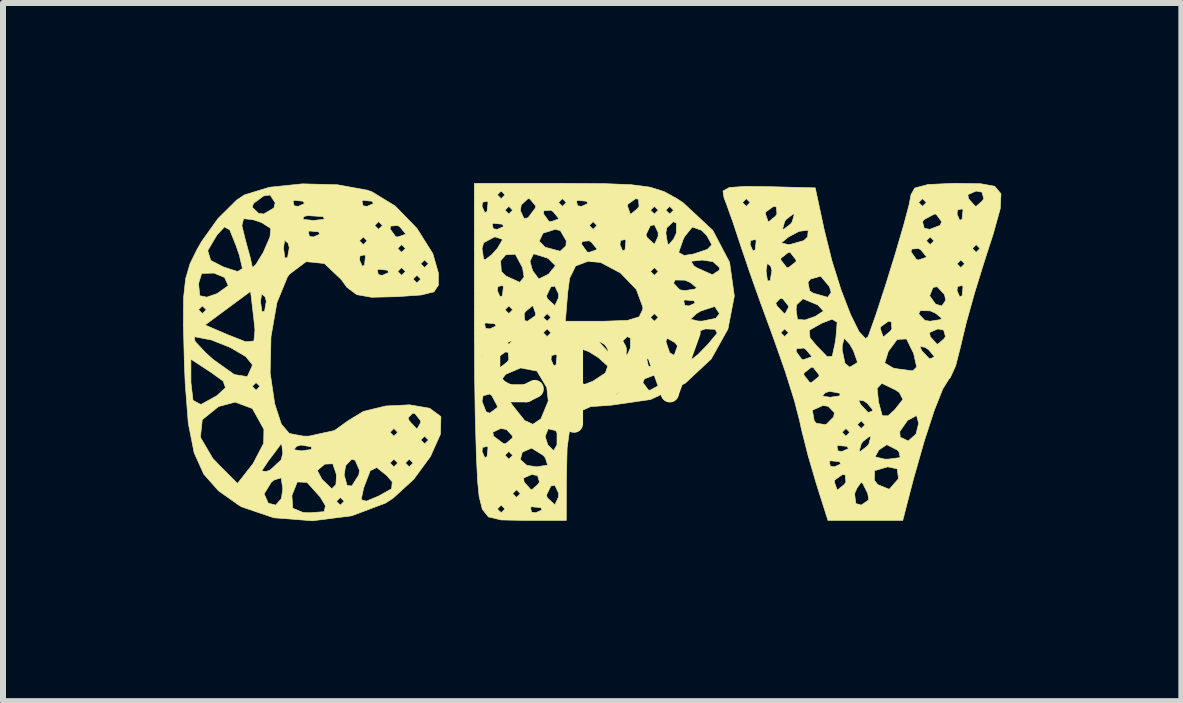
<source format=kicad_pcb>
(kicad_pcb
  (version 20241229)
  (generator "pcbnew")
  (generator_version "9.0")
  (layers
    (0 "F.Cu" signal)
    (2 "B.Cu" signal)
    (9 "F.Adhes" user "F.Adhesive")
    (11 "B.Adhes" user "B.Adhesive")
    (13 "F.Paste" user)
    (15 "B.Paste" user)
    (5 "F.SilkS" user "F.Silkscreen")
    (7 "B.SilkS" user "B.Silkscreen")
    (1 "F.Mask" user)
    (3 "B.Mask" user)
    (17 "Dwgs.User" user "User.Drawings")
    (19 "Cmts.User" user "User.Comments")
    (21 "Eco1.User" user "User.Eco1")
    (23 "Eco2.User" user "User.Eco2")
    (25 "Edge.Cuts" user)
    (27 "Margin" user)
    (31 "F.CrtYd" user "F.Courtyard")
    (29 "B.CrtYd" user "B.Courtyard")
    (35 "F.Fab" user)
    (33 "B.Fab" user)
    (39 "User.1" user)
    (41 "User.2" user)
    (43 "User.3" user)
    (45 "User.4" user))
  (footprint "cpv"
    (layer "F.Cu")
    (at 6.768 2.813)
    (property "Reference" "cpv" (at 0 0 0) (layer "F.SilkS") (effects (font (size 1.524 1.524) (thickness 0.3))))
    (attr through_hole)
    (fp_poly (pts (xy -4.198 -2.785) (xy -3.701 -2.695) (xy -3.625 -2.67) (xy -3.234 -2.431) (xy -2.871 -2.058) (xy -2.607 -1.638) (xy -2.514 -1.315) (xy -2.514 -1.111) (xy -2.589 -1) (xy -2.801 -0.948) (xy -3.204 -0.92) (xy -3.626 -0.91) (xy -3.876 -0.954) (xy -4.039 -1.077) (xy -4.133 -1.207) (xy -4.139 -1.213) (xy -2.936 -1.213) (xy -2.872 -1.149) (xy -2.808 -1.213) (xy -2.872 -1.276) (xy -2.936 -1.213) (xy -4.139 -1.213) (xy -4.296 -1.361) (xy -3.531 -1.361) (xy -3.514 -1.286) (xy -3.446 -1.276) (xy -3.341 -1.323) (xy -3.35 -1.34) (xy -3.191 -1.34) (xy -3.127 -1.276) (xy -3.063 -1.34) (xy -3.127 -1.404) (xy -3.191 -1.34) (xy -3.35 -1.34) (xy -3.361 -1.361) (xy -3.513 -1.377) (xy -3.531 -1.361) (xy -4.296 -1.361) (xy -4.413 -1.473) (xy -4.718 -1.503) (xy -4.996 -1.294) (xy -5.031 -1.244) (xy -5.204 -0.82) (xy -5.303 -0.254) (xy -5.317 0.35) (xy -5.241 0.865) (xy -5.131 1.203) (xy -4.998 1.359) (xy -4.769 1.403) (xy -4.674 1.404) (xy -4.381 1.34) (xy -3.319 1.34) (xy -3.255 1.404) (xy -3.191 1.34) (xy -3.255 1.276) (xy -3.319 1.34) (xy -4.381 1.34) (xy -4.246 1.311) (xy -4.021 1.149) (xy -3.94 1.099) (xy -3.019 1.099) (xy -2.999 1.149) (xy -2.885 1.271) (xy -2.864 1.276) (xy -2.81 1.178) (xy -2.808 1.149) (xy -2.906 1.026) (xy -2.943 1.021) (xy -3.019 1.099) (xy -3.94 1.099) (xy -3.762 0.991) (xy -3.391 0.901) (xy -2.994 0.882) (xy -2.66 0.939) (xy -2.475 1.075) (xy -2.472 1.084) (xy -2.48 1.373) (xy -2.646 1.743) (xy -2.924 2.122) (xy -3.268 2.437) (xy -3.394 2.519) (xy -3.957 2.731) (xy -4.611 2.814) (xy -5.256 2.764) (xy -5.792 2.582) (xy -5.833 2.558) (xy -6.106 2.365) (xy -5.417 2.365) (xy -5.349 2.52) (xy -5.226 2.553) (xy -5.13 2.445) (xy -5.122 2.393) (xy -4.955 2.393) (xy -4.94 2.605) (xy -4.765 2.677) (xy -4.652 2.68) (xy -4.417 2.662) (xy -4.396 2.563) (xy -4.44 2.489) (xy -4.212 2.489) (xy -4.148 2.553) (xy -4.084 2.489) (xy -4.111 2.462) (xy -3.801 2.462) (xy -3.715 2.487) (xy -3.514 2.404) (xy -3.293 2.28) (xy -3.283 2.165) (xy -3.375 2.059) (xy -3.542 1.926) (xy -3.65 1.981) (xy -3.754 2.253) (xy -3.759 2.267) (xy -3.801 2.462) (xy -4.111 2.462) (xy -4.148 2.425) (xy -4.212 2.489) (xy -4.44 2.489) (xy -4.484 2.417) (xy -4.702 2.174) (xy -4.865 2.167) (xy -4.955 2.393) (xy -5.122 2.393) (xy -5.106 2.282) (xy -5.134 2.098) (xy -5.253 2.135) (xy -5.296 2.169) (xy -5.417 2.365) (xy -6.106 2.365) (xy -6.179 2.313) (xy -6.423 2.037) (xy -6.584 1.679) (xy -6.634 1.424) (xy -6.479 1.424) (xy -6.272 1.775) (xy -6.185 1.867) (xy -5.861 2.192) (xy -5.697 1.983) (xy -5.458 1.983) (xy -5.386 1.993) (xy -5.335 1.975) (xy -4.531 1.975) (xy -4.455 2.121) (xy -4.29 2.281) (xy -4.221 2.211) (xy -4.212 2.05) (xy -4.084 2.05) (xy -4.035 2.226) (xy -3.957 2.234) (xy -3.839 2.049) (xy -3.829 1.971) (xy -3.881 1.851) (xy -3.319 1.851) (xy -3.255 1.915) (xy -3.191 1.851) (xy -3.063 1.851) (xy -2.999 1.915) (xy -2.936 1.851) (xy -2.999 1.787) (xy -3.063 1.851) (xy -3.191 1.851) (xy -3.255 1.787) (xy -3.319 1.851) (xy -3.881 1.851) (xy -3.901 1.806) (xy -3.957 1.787) (xy -4.059 1.894) (xy -4.084 2.05) (xy -4.212 2.05) (xy -4.212 2.046) (xy -4.273 1.864) (xy -4.407 1.87) (xy -4.531 1.975) (xy -5.335 1.975) (xy -5.315 1.968) (xy -5.134 1.799) (xy -5.106 1.688) (xy -5.113 1.629) (xy -4.923 1.629) (xy -4.797 1.649) (xy -4.632 1.626) (xy -4.63 1.582) (xy -4.8 1.552) (xy -4.874 1.572) (xy -4.923 1.629) (xy -5.113 1.629) (xy -5.124 1.543) (xy -5.142 1.542) (xy -5.24 1.675) (xy -5.351 1.822) (xy -5.458 1.983) (xy -5.697 1.983) (xy -5.602 1.862) (xy -5.426 1.525) (xy -5.424 1.468) (xy -2.808 1.468) (xy -2.744 1.532) (xy -2.68 1.468) (xy -2.744 1.404) (xy -2.808 1.468) (xy -5.424 1.468) (xy -5.421 1.289) (xy -5.613 0.944) (xy -5.9 0.837) (xy -6.176 0.91) (xy -6.448 1.13) (xy -6.479 1.424) (xy -6.634 1.424) (xy -6.681 1.189) (xy -6.733 0.515) (xy -6.733 0.508) (xy -6.637 0.508) (xy -6.602 0.807) (xy -6.472 0.877) (xy -6.212 0.734) (xy -6.201 0.726) (xy -6.061 0.597) (xy -6.069 0.574) (xy -5.616 0.574) (xy -5.552 0.638) (xy -5.488 0.574) (xy -5.552 0.511) (xy -5.616 0.574) (xy -6.069 0.574) (xy -6.1 0.487) (xy -6.304 0.34) (xy -6.637 0.122) (xy -6.637 0.508) (xy -6.733 0.508) (xy -6.747 0.168) (xy -6.757 -0.25) (xy -6.582 -0.25) (xy -6.568 -0.175) (xy -6.397 0.009) (xy -6.265 0.128) (xy -5.915 0.377) (xy -5.698 0.413) (xy -5.617 0.235) (xy -5.616 0.21) (xy -5.723 0.078) (xy -5.981 -0.073) (xy -6.294 -0.198) (xy -6.564 -0.25) (xy -6.582 -0.25) (xy -6.757 -0.25) (xy -6.763 -0.448) (xy -6.402 -0.448) (xy -6.041 -0.293) (xy -5.726 -0.169) (xy -5.588 -0.181) (xy -5.57 -0.364) (xy -5.591 -0.568) (xy -5.623 -0.84) (xy -5.478 -0.84) (xy -5.455 -0.675) (xy -5.411 -0.673) (xy -5.381 -0.844) (xy -5.401 -0.917) (xy -5.458 -0.966) (xy -5.478 -0.84) (xy -5.623 -0.84) (xy -5.643 -1.009) (xy -6.402 -0.448) (xy -6.763 -0.448) (xy -6.763 -0.466) (xy -6.761 -0.702) (xy -6.51 -0.702) (xy -6.446 -0.638) (xy -6.382 -0.702) (xy -6.446 -0.766) (xy -6.51 -0.702) (xy -6.761 -0.702) (xy -6.759 -0.909) (xy -6.734 -1.137) (xy -6.51 -1.137) (xy -6.489 -0.936) (xy -6.371 -0.912) (xy -6.201 -0.971) (xy -6.015 -1.104) (xy -6.076 -1.24) (xy -6.254 -1.313) (xy -6.458 -1.307) (xy -6.51 -1.137) (xy -6.734 -1.137) (xy -6.724 -1.223) (xy -6.651 -1.471) (xy -6.544 -1.688) (xy -6.357 -1.688) (xy -6.307 -1.524) (xy -6.095 -1.415) (xy -5.859 -1.339) (xy -5.779 -1.388) (xy -5.829 -1.608) (xy -5.885 -1.771) (xy -5.99 -2.033) (xy -6.078 -2.082) (xy -6.201 -1.951) (xy -6.357 -1.688) (xy -6.544 -1.688) (xy -6.529 -1.718) (xy -6.454 -1.847) (xy -6.269 -2.105) (xy -5.788 -2.105) (xy -5.73 -1.868) (xy -5.65 -1.575) (xy -5.612 -1.408) (xy -5.612 -1.405) (xy -5.556 -1.453) (xy -5.508 -1.532) (xy -3.829 -1.532) (xy -3.782 -1.427) (xy -3.744 -1.447) (xy -3.742 -1.468) (xy -2.808 -1.468) (xy -2.744 -1.404) (xy -2.68 -1.468) (xy -2.744 -1.532) (xy -2.808 -1.468) (xy -3.742 -1.468) (xy -3.729 -1.598) (xy -3.744 -1.617) (xy -3.82 -1.599) (xy -3.829 -1.532) (xy -5.508 -1.532) (xy -5.431 -1.658) (xy -5.398 -1.734) (xy -5.095 -1.734) (xy -5.072 -1.568) (xy -5.028 -1.566) (xy -5 -1.723) (xy -3.191 -1.723) (xy -3.127 -1.659) (xy -3.063 -1.723) (xy -3.127 -1.787) (xy -3.191 -1.723) (xy -5 -1.723) (xy -4.998 -1.737) (xy -5.018 -1.811) (xy -5.065 -1.851) (xy -3.829 -1.851) (xy -3.765 -1.787) (xy -3.702 -1.851) (xy -3.765 -1.915) (xy -3.829 -1.851) (xy -5.065 -1.851) (xy -5.075 -1.859) (xy -5.095 -1.734) (xy -5.398 -1.734) (xy -5.32 -1.914) (xy -5.312 -2) (xy -4.68 -2) (xy -4.663 -1.924) (xy -4.595 -1.915) (xy -4.49 -1.961) (xy -4.51 -2) (xy -4.661 -2.015) (xy -4.68 -2) (xy -5.312 -2) (xy -5.306 -2.057) (xy -5.383 -2.106) (xy -3.574 -2.106) (xy -3.51 -2.042) (xy -3.503 -2.05) (xy -3.319 -2.05) (xy -3.226 -1.92) (xy -3.191 -1.915) (xy -3.067 -1.958) (xy -3.063 -1.971) (xy -3.153 -2.08) (xy -3.191 -2.106) (xy -3.309 -2.096) (xy -3.319 -2.05) (xy -3.503 -2.05) (xy -3.446 -2.106) (xy -3.51 -2.17) (xy -3.574 -2.106) (xy -5.383 -2.106) (xy -5.458 -2.154) (xy -5.601 -2.203) (xy -5.651 -2.208) (xy -4.771 -2.208) (xy -4.595 -2.19) (xy -4.414 -2.21) (xy -4.435 -2.254) (xy -4.697 -2.271) (xy -4.755 -2.254) (xy -4.771 -2.208) (xy -5.651 -2.208) (xy -5.759 -2.219) (xy -5.788 -2.105) (xy -6.269 -2.105) (xy -6.184 -2.224) (xy -5.995 -2.411) (xy -5.616 -2.411) (xy -5.512 -2.31) (xy -5.425 -2.297) (xy -5.255 -2.398) (xy -5.233 -2.485) (xy -5.25 -2.51) (xy -4.935 -2.51) (xy -4.918 -2.434) (xy -4.85 -2.425) (xy -4.745 -2.472) (xy -4.765 -2.51) (xy -3.787 -2.51) (xy -3.769 -2.434) (xy -3.702 -2.425) (xy -3.596 -2.472) (xy -3.616 -2.51) (xy -3.768 -2.525) (xy -3.787 -2.51) (xy -4.765 -2.51) (xy -4.917 -2.525) (xy -4.935 -2.51) (xy -5.25 -2.51) (xy -5.318 -2.614) (xy -5.425 -2.599) (xy -5.594 -2.474) (xy -5.616 -2.411) (xy -5.995 -2.411) (xy -5.88 -2.526) (xy -5.745 -2.616) (xy -5.33 -2.743) (xy -4.778 -2.8) (xy -4.198 -2.785)) (stroke (width 0.01) (type solid)) (fill yes) (layer "F.SilkS"))
    (fp_poly (pts (xy 6.515 -2.803) (xy 6.754 -2.76) (xy 6.86 -2.634) (xy 6.847 -2.384) (xy 6.731 -1.966) (xy 6.585 -1.516) (xy 6.421 -0.986) (xy 6.28 -0.482) (xy 6.191 -0.109) (xy 6.188 -0.094) (xy 6.105 0.232) (xy 6.013 0.432) (xy 5.994 0.45) (xy 5.892 0.613) (xy 5.748 0.975) (xy 5.581 1.488) (xy 5.406 2.102) (xy 5.363 2.266) (xy 5.223 2.808) (xy 3.977 2.808) (xy 3.835 2.361) (xy 4.421 2.361) (xy 4.44 2.526) (xy 4.531 2.553) (xy 4.656 2.467) (xy 4.641 2.361) (xy 4.558 2.194) (xy 4.531 2.17) (xy 4.461 2.269) (xy 4.421 2.361) (xy 3.835 2.361) (xy 3.785 2.202) (xy 3.775 2.17) (xy 4.084 2.17) (xy 4.128 2.294) (xy 4.141 2.297) (xy 4.25 2.208) (xy 4.276 2.17) (xy 4.273 2.14) (xy 4.75 2.14) (xy 4.808 2.212) (xy 4.998 2.289) (xy 5.147 2.119) (xy 5.152 2.106) (xy 5.131 1.949) (xy 4.974 1.915) (xy 4.754 1.979) (xy 4.75 2.14) (xy 4.273 2.14) (xy 4.266 2.052) (xy 4.22 2.042) (xy 4.09 2.135) (xy 4.084 2.17) (xy 3.775 2.17) (xy 3.676 1.829) (xy 3.999 1.829) (xy 4.017 1.905) (xy 4.084 1.915) (xy 4.189 1.868) (xy 4.17 1.829) (xy 4.018 1.814) (xy 3.999 1.829) (xy 3.676 1.829) (xy 3.652 1.748) (xy 4.762 1.748) (xy 4.916 1.786) (xy 4.978 1.787) (xy 5.181 1.761) (xy 5.16 1.665) (xy 5.131 1.634) (xy 4.957 1.546) (xy 4.825 1.634) (xy 4.762 1.748) (xy 3.652 1.748) (xy 3.648 1.735) (xy 3.607 1.574) (xy 4.127 1.574) (xy 4.144 1.65) (xy 4.212 1.659) (xy 4.231 1.651) (xy 4.499 1.651) (xy 4.516 1.659) (xy 4.633 1.569) (xy 4.659 1.532) (xy 4.691 1.412) (xy 4.674 1.404) (xy 4.557 1.494) (xy 4.531 1.532) (xy 4.499 1.651) (xy 4.231 1.651) (xy 4.317 1.613) (xy 4.297 1.574) (xy 4.146 1.559) (xy 4.127 1.574) (xy 3.607 1.574) (xy 3.548 1.34) (xy 4.212 1.34) (xy 4.276 1.404) (xy 4.34 1.34) (xy 4.328 1.328) (xy 5.173 1.328) (xy 5.18 1.421) (xy 5.314 1.484) (xy 5.444 1.369) (xy 5.488 1.189) (xy 5.454 1.06) (xy 5.312 1.137) (xy 5.298 1.148) (xy 5.173 1.328) (xy 4.328 1.328) (xy 4.276 1.276) (xy 4.212 1.34) (xy 3.548 1.34) (xy 3.534 1.283) (xy 3.505 1.149) (xy 3.459 0.972) (xy 3.717 0.972) (xy 3.748 1.148) (xy 3.783 1.188) (xy 3.942 1.214) (xy 3.943 1.213) (xy 4.467 1.213) (xy 4.531 1.276) (xy 4.595 1.213) (xy 4.531 1.149) (xy 4.467 1.213) (xy 3.943 1.213) (xy 4.071 1.084) (xy 4.084 1.014) (xy 3.981 0.907) (xy 3.893 0.893) (xy 3.717 0.972) (xy 3.459 0.972) (xy 3.418 0.81) (xy 3.415 0.802) (xy 4.488 0.802) (xy 4.519 0.874) (xy 4.647 1.011) (xy 4.721 0.983) (xy 4.723 0.965) (xy 4.632 0.857) (xy 4.575 0.817) (xy 4.488 0.802) (xy 3.415 0.802) (xy 3.394 0.735) (xy 3.885 0.735) (xy 4.01 0.756) (xy 4.176 0.732) (xy 4.177 0.689) (xy 4.007 0.658) (xy 3.933 0.679) (xy 3.885 0.735) (xy 3.394 0.735) (xy 3.354 0.608) (xy 4.796 0.608) (xy 4.821 0.84) (xy 4.882 1.064) (xy 4.979 1.065) (xy 5.09 0.963) (xy 5.226 0.791) (xy 5.166 0.677) (xy 5.106 0.636) (xy 4.875 0.524) (xy 4.796 0.608) (xy 3.354 0.608) (xy 3.283 0.383) (xy 3.574 0.383) (xy 3.671 0.507) (xy 3.702 0.511) (xy 3.825 0.413) (xy 3.829 0.383) (xy 3.732 0.259) (xy 3.702 0.255) (xy 3.578 0.352) (xy 3.574 0.383) (xy 3.283 0.383) (xy 3.267 0.331) (xy 3.148 -0.008) (xy 3.446 -0.008) (xy 3.539 0.122) (xy 3.574 0.128) (xy 3.698 0.084) (xy 3.702 0.071) (xy 3.612 -0.038) (xy 3.574 -0.064) (xy 3.456 -0.054) (xy 3.446 -0.008) (xy 3.148 -0.008) (xy 3.083 -0.192) (xy 3.06 -0.255) (xy 3.037 -0.319) (xy 3.191 -0.319) (xy 3.255 -0.255) (xy 3.319 -0.319) (xy 3.278 -0.36) (xy 3.665 -0.36) (xy 3.678 -0.234) (xy 3.784 -0.107) (xy 3.965 0.081) (xy 4.048 0.074) (xy 4.071 -0.032) (xy 4.214 -0.032) (xy 4.261 0.192) (xy 4.34 0.255) (xy 4.457 0.185) (xy 4.923 0.185) (xy 5.066 0.27) (xy 5.138 0.283) (xy 5.389 0.316) (xy 5.455 0.252) (xy 5.405 0.027) (xy 5.405 0.026) (xy 5.347 -0.091) (xy 5.509 -0.091) (xy 5.54 -0.02) (xy 5.669 0.117) (xy 5.742 0.089) (xy 5.744 0.071) (xy 5.653 -0.037) (xy 5.596 -0.076) (xy 5.509 -0.091) (xy 5.347 -0.091) (xy 5.286 -0.216) (xy 5.13 -0.208) (xy 4.983 -0.009) (xy 4.923 0.185) (xy 4.457 0.185) (xy 4.462 0.182) (xy 4.465 0.16) (xy 4.402 -0.019) (xy 4.34 -0.128) (xy 4.247 -0.228) (xy 4.215 -0.101) (xy 4.214 -0.032) (xy 4.071 -0.032) (xy 4.097 -0.153) (xy 4.11 -0.242) (xy 4.13 -0.493) (xy 4.047 -0.545) (xy 3.868 -0.476) (xy 3.665 -0.36) (xy 3.278 -0.36) (xy 3.255 -0.383) (xy 3.191 -0.319) (xy 3.037 -0.319) (xy 2.859 -0.804) (xy 2.855 -0.815) (xy 3.107 -0.815) (xy 3.127 -0.766) (xy 3.242 -0.644) (xy 3.262 -0.638) (xy 3.298 -0.702) (xy 3.446 -0.702) (xy 3.469 -0.542) (xy 3.592 -0.531) (xy 3.766 -0.592) (xy 3.902 -0.681) (xy 3.808 -0.782) (xy 3.56 -0.885) (xy 3.453 -0.783) (xy 3.446 -0.702) (xy 3.298 -0.702) (xy 3.317 -0.737) (xy 3.319 -0.766) (xy 3.22 -0.889) (xy 3.183 -0.893) (xy 3.107 -0.815) (xy 2.855 -0.815) (xy 2.732 -1.16) (xy 3.644 -1.16) (xy 3.671 -1.017) (xy 3.733 -0.978) (xy 3.973 -0.91) (xy 4.03 -0.991) (xy 4.003 -1.085) (xy 3.856 -1.262) (xy 3.685 -1.213) (xy 3.644 -1.16) (xy 2.732 -1.16) (xy 2.667 -1.345) (xy 2.665 -1.351) (xy 2.946 -1.351) (xy 2.969 -1.185) (xy 3.013 -1.183) (xy 3.043 -1.354) (xy 3.023 -1.428) (xy 2.966 -1.476) (xy 2.946 -1.351) (xy 2.665 -1.351) (xy 2.604 -1.532) (xy 3.191 -1.532) (xy 3.288 -1.408) (xy 3.319 -1.404) (xy 3.443 -1.501) (xy 3.446 -1.532) (xy 3.349 -1.656) (xy 3.319 -1.659) (xy 3.195 -1.562) (xy 3.191 -1.532) (xy 2.604 -1.532) (xy 2.524 -1.766) (xy 2.518 -1.787) (xy 2.68 -1.787) (xy 2.727 -1.682) (xy 2.765 -1.702) (xy 2.777 -1.815) (xy 3.199 -1.815) (xy 3.314 -1.789) (xy 3.343 -1.789) (xy 3.574 -1.854) (xy 3.638 -1.915) (xy 3.648 -2.027) (xy 3.496 -2.009) (xy 3.319 -1.915) (xy 3.199 -1.815) (xy 2.777 -1.815) (xy 2.781 -1.853) (xy 2.765 -1.872) (xy 2.69 -1.855) (xy 2.68 -1.787) (xy 2.518 -1.787) (xy 2.43 -2.051) (xy 3.222 -2.051) (xy 3.24 -2.042) (xy 3.356 -2.132) (xy 3.382 -2.17) (xy 3.415 -2.289) (xy 3.397 -2.297) (xy 3.281 -2.208) (xy 3.255 -2.17) (xy 3.222 -2.051) (xy 2.43 -2.051) (xy 2.388 -2.178) (xy 2.345 -2.297) (xy 2.936 -2.297) (xy 2.979 -2.173) (xy 2.992 -2.17) (xy 3.101 -2.259) (xy 3.127 -2.297) (xy 3.117 -2.415) (xy 3.071 -2.425) (xy 2.941 -2.332) (xy 2.936 -2.297) (xy 2.345 -2.297) (xy 2.276 -2.489) (xy 2.276 -2.489) (xy 2.553 -2.489) (xy 2.617 -2.425) (xy 2.68 -2.489) (xy 2.617 -2.553) (xy 2.553 -2.489) (xy 2.276 -2.489) (xy 2.245 -2.568) (xy 2.228 -2.68) (xy 2.332 -2.739) (xy 2.605 -2.758) (xy 2.96 -2.754) (xy 3.765 -2.733) (xy 3.914 -2.037) (xy 4.042 -1.521) (xy 4.195 -1.034) (xy 4.353 -0.624) (xy 4.495 -0.337) (xy 4.604 -0.221) (xy 4.646 -0.255) (xy 4.692 -0.383) (xy 4.85 -0.383) (xy 4.894 -0.259) (xy 4.907 -0.255) (xy 4.989 -0.323) (xy 5.67 -0.323) (xy 5.68 -0.255) (xy 5.789 -0.134) (xy 5.808 -0.128) (xy 5.909 -0.217) (xy 5.935 -0.255) (xy 5.905 -0.363) (xy 5.808 -0.383) (xy 5.67 -0.323) (xy 4.989 -0.323) (xy 5.016 -0.345) (xy 5.042 -0.383) (xy 5.032 -0.501) (xy 4.985 -0.511) (xy 4.855 -0.418) (xy 4.85 -0.383) (xy 4.692 -0.383) (xy 4.781 -0.634) (xy 5.488 -0.634) (xy 5.592 -0.524) (xy 5.68 -0.511) (xy 5.85 -0.538) (xy 5.871 -0.561) (xy 5.772 -0.643) (xy 5.68 -0.684) (xy 5.516 -0.687) (xy 5.488 -0.634) (xy 4.781 -0.634) (xy 4.783 -0.642) (xy 4.879 -0.935) (xy 5.671 -0.935) (xy 5.771 -0.795) (xy 5.875 -0.766) (xy 5.939 -0.86) (xy 5.918 -0.957) (xy 5.857 -1.021) (xy 6.127 -1.021) (xy 6.173 -0.916) (xy 6.212 -0.936) (xy 6.227 -1.087) (xy 6.212 -1.106) (xy 6.136 -1.089) (xy 6.127 -1.021) (xy 5.857 -1.021) (xy 5.797 -1.086) (xy 5.728 -1.075) (xy 5.671 -0.935) (xy 4.879 -0.935) (xy 4.94 -1.122) (xy 5.047 -1.468) (xy 6.127 -1.468) (xy 6.19 -1.404) (xy 6.254 -1.468) (xy 6.19 -1.532) (xy 6.127 -1.468) (xy 5.047 -1.468) (xy 5.097 -1.629) (xy 5.108 -1.667) (xy 5.361 -1.667) (xy 5.453 -1.537) (xy 5.488 -1.532) (xy 5.613 -1.575) (xy 5.616 -1.588) (xy 5.527 -1.697) (xy 5.488 -1.723) (xy 6.382 -1.723) (xy 6.446 -1.659) (xy 6.51 -1.723) (xy 6.446 -1.787) (xy 6.382 -1.723) (xy 5.488 -1.723) (xy 5.371 -1.713) (xy 5.361 -1.667) (xy 5.108 -1.667) (xy 5.162 -1.851) (xy 5.616 -1.851) (xy 5.68 -1.787) (xy 5.744 -1.851) (xy 5.68 -1.915) (xy 5.616 -1.851) (xy 5.162 -1.851) (xy 5.233 -2.094) (xy 5.254 -2.17) (xy 5.552 -2.17) (xy 5.581 -2.061) (xy 5.672 -2.042) (xy 5.847 -2.109) (xy 5.871 -2.17) (xy 5.78 -2.294) (xy 5.751 -2.297) (xy 6.127 -2.297) (xy 6.173 -2.192) (xy 6.212 -2.212) (xy 6.227 -2.364) (xy 6.212 -2.383) (xy 6.136 -2.365) (xy 6.127 -2.297) (xy 5.751 -2.297) (xy 5.578 -2.205) (xy 5.552 -2.17) (xy 5.254 -2.17) (xy 5.328 -2.449) (xy 5.336 -2.489) (xy 5.488 -2.489) (xy 5.552 -2.425) (xy 5.616 -2.489) (xy 5.552 -2.553) (xy 5.488 -2.489) (xy 5.336 -2.489) (xy 5.361 -2.62) (xy 6.308 -2.62) (xy 6.318 -2.553) (xy 6.427 -2.431) (xy 6.446 -2.425) (xy 6.547 -2.514) (xy 6.573 -2.553) (xy 6.543 -2.661) (xy 6.446 -2.68) (xy 6.308 -2.62) (xy 5.361 -2.62) (xy 5.361 -2.621) (xy 5.423 -2.73) (xy 5.642 -2.789) (xy 6.062 -2.808) (xy 6.127 -2.808) (xy 6.515 -2.803)) (stroke (width 0.01) (type solid)) (fill yes) (layer "F.SilkS"))
    (fp_poly (pts (xy 0.24 -2.804) (xy 0.696 -2.786) (xy 1.013 -2.745) (xy 1.249 -2.67) (xy 1.463 -2.552) (xy 1.564 -2.485) (xy 2.059 -2.024) (xy 2.338 -1.492) (xy 2.417 -0.93) (xy 2.31 -0.38) (xy 2.032 0.118) (xy 1.598 0.523) (xy 1.022 0.793) (xy 0.366 0.888) (xy 0.023 0.912) (xy -0.195 1.008) (xy -0.317 1.223) (xy -0.369 1.603) (xy -0.381 2.138) (xy -0.383 2.808) (xy -1.069 2.808) (xy -1.467 2.8) (xy -1.681 2.749) (xy -1.782 2.621) (xy -1.783 2.617) (xy -1.532 2.617) (xy -1.468 2.68) (xy -1.404 2.617) (xy -1.425 2.595) (xy -0.979 2.595) (xy -0.961 2.671) (xy -0.893 2.68) (xy -0.788 2.634) (xy -0.808 2.595) (xy -0.96 2.58) (xy -0.979 2.595) (xy -1.425 2.595) (xy -1.468 2.553) (xy -1.532 2.617) (xy -1.783 2.617) (xy -1.835 2.409) (xy -1.84 2.361) (xy -1.276 2.361) (xy -1.213 2.425) (xy -1.175 2.388) (xy -0.714 2.388) (xy -0.697 2.434) (xy -0.573 2.547) (xy -0.513 2.418) (xy -0.511 2.354) (xy -0.573 2.222) (xy -0.64 2.235) (xy -0.714 2.388) (xy -1.175 2.388) (xy -1.149 2.361) (xy -1.213 2.297) (xy -1.276 2.361) (xy -1.84 2.361) (xy -1.86 2.157) (xy -1.863 2.102) (xy -1.095 2.102) (xy -1.085 2.17) (xy -0.976 2.291) (xy -0.957 2.297) (xy -0.856 2.208) (xy -0.83 2.17) (xy -0.86 2.062) (xy -0.957 2.042) (xy -1.095 2.102) (xy -1.863 2.102) (xy -1.878 1.794) (xy -1.149 1.794) (xy -1.041 1.89) (xy -0.878 1.915) (xy -0.694 1.886) (xy -0.731 1.767) (xy -0.765 1.725) (xy -0.961 1.603) (xy -1.116 1.671) (xy -1.149 1.794) (xy -1.878 1.794) (xy -1.882 1.698) (xy -1.883 1.659) (xy -1.787 1.659) (xy -1.74 1.764) (xy -1.702 1.744) (xy -1.7 1.723) (xy -1.404 1.723) (xy -1.34 1.787) (xy -1.276 1.723) (xy -1.34 1.659) (xy -1.404 1.723) (xy -1.7 1.723) (xy -1.687 1.593) (xy -1.702 1.574) (xy -1.778 1.592) (xy -1.787 1.659) (xy -1.883 1.659) (xy -1.892 1.338) (xy -1.607 1.338) (xy -1.595 1.404) (xy -1.432 1.527) (xy -1.396 1.532) (xy -1.28 1.434) (xy -1.277 1.408) (xy -0.735 1.408) (xy -0.691 1.549) (xy -0.594 1.645) (xy -0.538 1.549) (xy -0.537 1.35) (xy -0.561 1.311) (xy -0.684 1.281) (xy -0.735 1.408) (xy -1.277 1.408) (xy -1.276 1.404) (xy -1.38 1.292) (xy -1.475 1.276) (xy -1.607 1.338) (xy -1.892 1.338) (xy -1.9 1.08) (xy -1.904 0.822) (xy -1.787 0.822) (xy -1.72 0.997) (xy -1.659 1.021) (xy -1.535 0.929) (xy -1.532 0.901) (xy -1.624 0.728) (xy -1.659 0.702) (xy -1.769 0.731) (xy -1.787 0.822) (xy -1.904 0.822) (xy -1.909 0.484) (xy -1.481 0.484) (xy -1.426 0.664) (xy -1.278 0.891) (xy -1.077 1.143) (xy -0.94 1.206) (xy -0.806 1.116) (xy -0.683 0.819) (xy -0.693 0.731) (xy 0.027 0.731) (xy 0.154 0.762) (xy 0.223 0.764) (xy 0.447 0.717) (xy 0.511 0.638) (xy 0.43 0.519) (xy 0.198 0.595) (xy 0.128 0.638) (xy 0.027 0.731) (xy -0.693 0.731) (xy -0.708 0.594) (xy -0.871 0.32) (xy -1.144 0.267) (xy -1.39 0.372) (xy -1.481 0.484) (xy -1.909 0.484) (xy -1.911 0.353) (xy -1.912 0.064) (xy -1.787 0.064) (xy -1.723 0.128) (xy -1.532 0.128) (xy -1.488 0.252) (xy -1.475 0.255) (xy -1.467 0.248) (xy -0.255 0.248) (xy -0.238 0.509) (xy -0.14 0.565) (xy 0.004 0.511) (xy 0.893 0.511) (xy 0.985 0.635) (xy 1.014 0.638) (xy 1.186 0.545) (xy 1.213 0.511) (xy 1.184 0.401) (xy 1.092 0.383) (xy 0.918 0.45) (xy 0.893 0.511) (xy 0.004 0.511) (xy 0.06 0.489) (xy 0.268 0.351) (xy 0.308 0.237) (xy 0.15 0.094) (xy -0.007 -0.004) (xy -0.18 -0.066) (xy -0.246 0.04) (xy -0.255 0.248) (xy -1.467 0.248) (xy -1.366 0.166) (xy -1.34 0.128) (xy -0.638 0.128) (xy -0.591 0.233) (xy -0.553 0.213) (xy -0.538 0.061) (xy -0.553 0.043) (xy -0.629 0.06) (xy -0.638 0.128) (xy -1.34 0.128) (xy -1.35 0.01) (xy -1.396 0) (xy -1.526 0.093) (xy -1.532 0.128) (xy -1.723 0.128) (xy -1.659 0.064) (xy -1.723 0) (xy -1.787 0.064) (xy -1.912 0.064) (xy -1.914 -0.191) (xy -1.404 -0.191) (xy -1.34 -0.128) (xy -1.276 -0.191) (xy -1.34 -0.255) (xy -1.404 -0.191) (xy -1.914 -0.191) (xy -1.914 -0.305) (xy -1.105 -0.305) (xy -1.085 -0.255) (xy -0.97 -0.134) (xy -0.95 -0.128) (xy -0.899 -0.219) (xy 0.148 -0.219) (xy 0.179 -0.147) (xy 0.308 -0.01) (xy 0.382 -0.038) (xy 0.383 -0.056) (xy 0.377 -0.064) (xy 0.511 -0.064) (xy 0.538 0.106) (xy 0.561 0.128) (xy 0.562 0.126) (xy 0.959 0.126) (xy 0.986 0.237) (xy 1.077 0.255) (xy 1.252 0.226) (xy 1.276 0.199) (xy 1.183 0.08) (xy 1.015 0.077) (xy 0.959 0.126) (xy 0.562 0.126) (xy 0.643 0.028) (xy 0.684 -0.064) (xy 0.686 -0.174) (xy 1.276 -0.174) (xy 1.339 0.013) (xy 1.465 0.086) (xy 1.513 0.062) (xy 1.495 -0.069) (xy 1.449 -0.128) (xy 1.659 -0.128) (xy 1.678 0.08) (xy 1.703 0.128) (xy 1.811 0.044) (xy 1.978 -0.128) (xy 2.131 -0.312) (xy 2.098 -0.376) (xy 1.934 -0.383) (xy 1.708 -0.303) (xy 1.659 -0.128) (xy 1.449 -0.128) (xy 1.427 -0.155) (xy 1.299 -0.227) (xy 1.276 -0.174) (xy 0.686 -0.174) (xy 0.687 -0.228) (xy 0.634 -0.255) (xy 0.524 -0.152) (xy 0.511 -0.064) (xy 0.377 -0.064) (xy 0.292 -0.164) (xy 0.236 -0.204) (xy 0.148 -0.219) (xy -0.899 -0.219) (xy -0.895 -0.226) (xy -0.893 -0.255) (xy -0.944 -0.319) (xy -0.766 -0.319) (xy -0.702 -0.255) (xy -0.638 -0.319) (xy -0.702 -0.383) (xy -0.766 -0.319) (xy -0.944 -0.319) (xy -0.992 -0.378) (xy -1.029 -0.383) (xy -1.105 -0.305) (xy -1.914 -0.305) (xy -1.915 -0.399) (xy -1.915 -0.468) (xy -1.744 -0.468) (xy -1.727 -0.392) (xy -1.659 -0.383) (xy -1.554 -0.43) (xy -1.574 -0.468) (xy -1.726 -0.483) (xy -1.744 -0.468) (xy -1.915 -0.468) (xy -1.915 -0.702) (xy -1.404 -0.702) (xy -1.34 -0.638) (xy -1.085 -0.638) (xy -1.075 -0.521) (xy -1.029 -0.511) (xy -0.939 -0.574) (xy -0.766 -0.574) (xy -0.702 -0.511) (xy -0.398 -0.511) (xy 0.248 -0.511) (xy 0.637 -0.525) (xy 0.799 -0.574) (xy 1.021 -0.574) (xy 1.085 -0.511) (xy 1.119 -0.545) (xy 1.687 -0.545) (xy 1.813 -0.514) (xy 1.883 -0.513) (xy 2.107 -0.559) (xy 2.17 -0.638) (xy 2.089 -0.757) (xy 1.857 -0.681) (xy 1.787 -0.638) (xy 1.687 -0.545) (xy 1.119 -0.545) (xy 1.149 -0.574) (xy 1.085 -0.638) (xy 1.021 -0.574) (xy 0.799 -0.574) (xy 0.831 -0.584) (xy 0.892 -0.709) (xy 0.893 -0.744) (xy 0.854 -0.851) (xy 1.574 -0.851) (xy 1.592 -0.775) (xy 1.659 -0.766) (xy 1.764 -0.813) (xy 1.744 -0.851) (xy 1.593 -0.866) (xy 1.574 -0.851) (xy 0.854 -0.851) (xy 0.784 -1.041) (xy 0.684 -1.145) (xy 1.404 -1.145) (xy 1.507 -1.035) (xy 1.595 -1.021) (xy 1.766 -1.048) (xy 1.787 -1.071) (xy 1.687 -1.154) (xy 1.595 -1.195) (xy 1.431 -1.198) (xy 1.404 -1.145) (xy 0.684 -1.145) (xy 0.519 -1.315) (xy 0.472 -1.34) (xy 1.021 -1.34) (xy 1.085 -1.276) (xy 1.149 -1.34) (xy 1.085 -1.404) (xy 1.021 -1.34) (xy 0.472 -1.34) (xy 0.191 -1.489) (xy -0.012 -1.51) (xy 1.696 -1.51) (xy 1.742 -1.434) (xy 1.787 -1.404) (xy 2.051 -1.285) (xy 2.166 -1.361) (xy 2.17 -1.404) (xy 2.062 -1.503) (xy 1.883 -1.53) (xy 1.696 -1.51) (xy -0.012 -1.51) (xy -0.019 -1.51) (xy -0.227 -1.432) (xy -0.328 -1.225) (xy -0.359 -0.989) (xy -0.398 -0.511) (xy -0.702 -0.511) (xy -0.638 -0.574) (xy -0.702 -0.638) (xy -0.766 -0.574) (xy -0.939 -0.574) (xy -0.899 -0.603) (xy -0.893 -0.638) (xy -0.937 -0.763) (xy -0.95 -0.766) (xy -1.059 -0.676) (xy -1.085 -0.638) (xy -1.34 -0.638) (xy -1.276 -0.702) (xy -1.34 -0.766) (xy -1.404 -0.702) (xy -1.915 -0.702) (xy -1.915 -1.021) (xy -1.532 -1.021) (xy -1.485 -0.916) (xy -1.457 -0.931) (xy -0.714 -0.931) (xy -0.697 -0.885) (xy -0.573 -0.771) (xy -0.513 -0.9) (xy -0.511 -0.965) (xy -0.573 -1.096) (xy -0.64 -1.084) (xy -0.714 -0.931) (xy -1.457 -0.931) (xy -1.447 -0.936) (xy -1.431 -1.087) (xy -1.447 -1.106) (xy -1.522 -1.089) (xy -1.532 -1.021) (xy -1.915 -1.021) (xy -1.915 -1.517) (xy -1.477 -1.517) (xy -1.465 -1.339) (xy -1.388 -1.264) (xy -1.158 -1.159) (xy -1.086 -1.248) (xy -1.112 -1.404) (xy -1.169 -1.51) (xy -0.988 -1.51) (xy -0.945 -1.355) (xy -0.841 -1.215) (xy -0.679 -1.295) (xy -0.563 -1.436) (xy -0.677 -1.55) (xy -0.704 -1.566) (xy -0.928 -1.635) (xy -0.988 -1.51) (xy -1.169 -1.51) (xy -1.233 -1.628) (xy -1.393 -1.617) (xy -1.477 -1.517) (xy -1.915 -1.517) (xy -1.915 -1.723) (xy -1.787 -1.723) (xy -1.761 -1.553) (xy -1.739 -1.532) (xy -1.629 -1.616) (xy -1.592 -1.657) (xy 1.489 -1.657) (xy 1.581 -1.607) (xy 1.735 -1.63) (xy 1.969 -1.709) (xy 2.042 -1.786) (xy 1.956 -1.942) (xy 1.871 -2.026) (xy 1.717 -2.08) (xy 1.586 -1.918) (xy 1.564 -1.87) (xy 1.489 -1.657) (xy -1.592 -1.657) (xy -1.532 -1.723) (xy -1.459 -1.846) (xy -0.834 -1.846) (xy -0.735 -1.744) (xy -0.484 -1.677) (xy -0.39 -1.766) (xy -0.387 -1.794) (xy -0.128 -1.794) (xy -0.035 -1.664) (xy 0 -1.659) (xy 0.124 -1.703) (xy 0.128 -1.716) (xy 0.069 -1.787) (xy 0.511 -1.787) (xy 0.557 -1.682) (xy 0.596 -1.702) (xy 0.611 -1.853) (xy 0.596 -1.872) (xy 0.52 -1.855) (xy 0.511 -1.787) (xy 0.069 -1.787) (xy 0.038 -1.825) (xy 0 -1.851) (xy -0.118 -1.841) (xy -0.128 -1.794) (xy -0.387 -1.794) (xy -0.383 -1.851) (xy -0.442 -1.952) (xy 0.945 -1.952) (xy 0.963 -1.906) (xy 1.086 -1.793) (xy 1.146 -1.921) (xy 1.148 -1.978) (xy 1.276 -1.978) (xy 1.304 -1.808) (xy 1.327 -1.787) (xy 1.409 -1.887) (xy 1.45 -1.978) (xy 1.453 -2.143) (xy 1.4 -2.17) (xy 1.29 -2.066) (xy 1.276 -1.978) (xy 1.148 -1.978) (xy 1.149 -1.986) (xy 1.086 -2.117) (xy 1.019 -2.105) (xy 0.945 -1.952) (xy -0.442 -1.952) (xy -0.481 -2.02) (xy -0.567 -2.042) (xy -0.771 -1.978) (xy -0.834 -1.846) (xy -1.459 -1.846) (xy -1.443 -1.874) (xy -1.56 -1.914) (xy -1.58 -1.915) (xy -1.759 -1.819) (xy -1.787 -1.723) (xy -1.915 -1.723) (xy -1.915 -2.127) (xy -1.617 -2.127) (xy -1.599 -2.051) (xy -1.532 -2.042) (xy -1.427 -2.089) (xy -1.436 -2.106) (xy 0 -2.106) (xy 0.064 -2.042) (xy 0.128 -2.106) (xy 0.064 -2.17) (xy 0 -2.106) (xy -1.436 -2.106) (xy -1.447 -2.127) (xy -1.598 -2.143) (xy -1.617 -2.127) (xy -1.915 -2.127) (xy -1.915 -2.425) (xy -1.787 -2.425) (xy -1.74 -2.32) (xy -1.702 -2.34) (xy -1.7 -2.361) (xy -1.404 -2.361) (xy -1.34 -2.297) (xy -1.284 -2.354) (xy -1.149 -2.354) (xy -1.087 -2.222) (xy -1.021 -2.234) (xy -0.967 -2.305) (xy -0.766 -2.305) (xy -0.673 -2.175) (xy -0.638 -2.17) (xy -0.514 -2.213) (xy -0.511 -2.226) (xy -0.6 -2.335) (xy -0.638 -2.361) (xy -0.756 -2.351) (xy -0.766 -2.305) (xy -0.967 -2.305) (xy -0.898 -2.397) (xy -0.893 -2.433) (xy -0.94 -2.489) (xy -0.511 -2.489) (xy -0.447 -2.425) (xy -0.383 -2.489) (xy -0.404 -2.51) (xy -0.213 -2.51) (xy -0.195 -2.434) (xy -0.128 -2.425) (xy 0.638 -2.425) (xy 0.682 -2.301) (xy 0.694 -2.297) (xy 0.772 -2.361) (xy 1.021 -2.361) (xy 1.085 -2.297) (xy 1.149 -2.361) (xy 1.276 -2.361) (xy 1.34 -2.297) (xy 1.404 -2.361) (xy 1.34 -2.425) (xy 1.276 -2.361) (xy 1.149 -2.361) (xy 1.085 -2.425) (xy 1.021 -2.361) (xy 0.772 -2.361) (xy 0.803 -2.387) (xy 0.83 -2.425) (xy 0.82 -2.543) (xy 0.773 -2.553) (xy 0.643 -2.46) (xy 0.638 -2.425) (xy -0.128 -2.425) (xy -0.023 -2.472) (xy -0.043 -2.51) (xy -0.194 -2.525) (xy -0.213 -2.51) (xy -0.404 -2.51) (xy -0.447 -2.553) (xy -0.511 -2.489) (xy -0.94 -2.489) (xy -0.991 -2.549) (xy -1.021 -2.553) (xy -1.133 -2.449) (xy -1.149 -2.354) (xy -1.284 -2.354) (xy -1.276 -2.361) (xy -1.34 -2.425) (xy -1.404 -2.361) (xy -1.7 -2.361) (xy -1.687 -2.492) (xy -1.702 -2.51) (xy -1.778 -2.493) (xy -1.787 -2.425) (xy -1.915 -2.425) (xy -1.915 -2.617) (xy -1.532 -2.617) (xy -1.468 -2.553) (xy -1.404 -2.617) (xy -1.468 -2.68) (xy -1.532 -2.617) (xy -1.915 -2.617) (xy -1.915 -2.808) (xy -0.413 -2.808) (xy 0.24 -2.804)) (stroke (width 0.01) (type solid)) (fill yes) (layer "F.SilkS")))
  (gr_rect
    (start -3 -3)
    (end 16.633 8.632)
    (stroke (width 0.1) (type default))
    (fill no)
    (layer "Edge.Cuts")))
</source>
